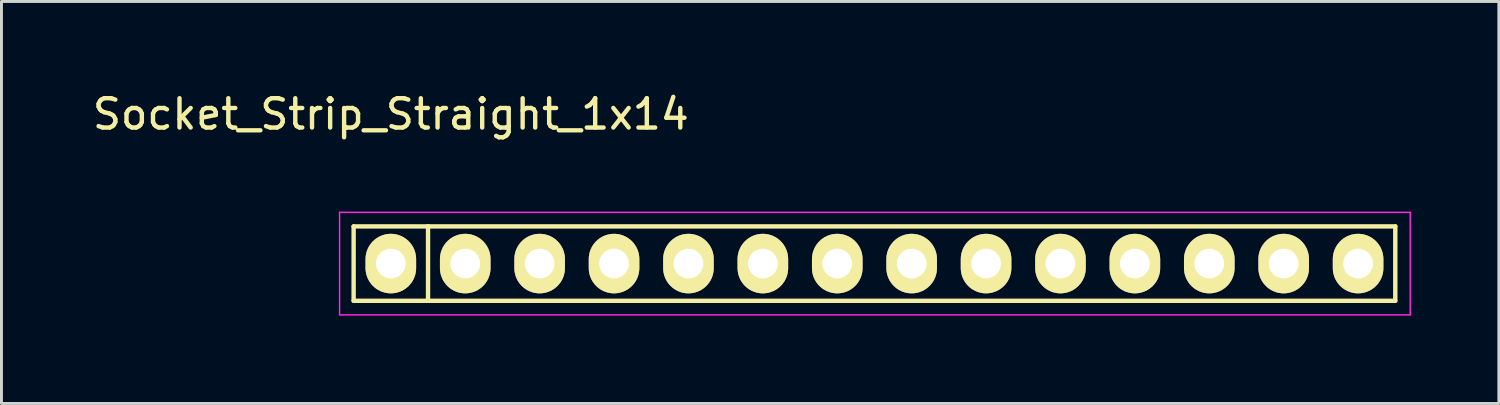
<source format=kicad_pcb>
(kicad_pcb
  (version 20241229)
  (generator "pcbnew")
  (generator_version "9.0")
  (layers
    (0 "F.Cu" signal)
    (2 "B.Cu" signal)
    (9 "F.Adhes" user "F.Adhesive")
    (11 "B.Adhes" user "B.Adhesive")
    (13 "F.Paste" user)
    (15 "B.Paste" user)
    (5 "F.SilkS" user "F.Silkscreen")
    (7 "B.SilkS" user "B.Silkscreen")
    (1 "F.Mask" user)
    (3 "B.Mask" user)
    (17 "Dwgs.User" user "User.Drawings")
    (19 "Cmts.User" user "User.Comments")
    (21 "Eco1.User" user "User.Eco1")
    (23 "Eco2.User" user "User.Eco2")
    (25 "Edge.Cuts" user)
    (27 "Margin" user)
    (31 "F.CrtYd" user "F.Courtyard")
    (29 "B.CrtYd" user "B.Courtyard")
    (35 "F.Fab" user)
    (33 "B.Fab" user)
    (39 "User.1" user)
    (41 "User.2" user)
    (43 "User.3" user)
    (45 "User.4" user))
  (footprint "Socket_Strip_Straight_1x14"
    (layer "F.Cu")
    (at 10.292 5.948)
    (property "Reference" "Socket_Strip_Straight_1x14" (at 0 -5.1 0) (layer "F.SilkS") (effects (font (size 1 1) (thickness 0.15))))
    (attr through_hole)
    (fp_line (start -1.27 -1.27) (end -1.27 1.27) (stroke (width 0.15) (type solid)) (layer "F.SilkS"))
    (fp_line (start -1.27 -1.27) (end 1.27 -1.27) (stroke (width 0.15) (type solid)) (layer "F.SilkS"))
    (fp_line (start -1.27 1.27) (end 1.27 1.27) (stroke (width 0.15) (type solid)) (layer "F.SilkS"))
    (fp_line (start 1.27 -1.27) (end 34.29 -1.27) (stroke (width 0.15) (type solid)) (layer "F.SilkS"))
    (fp_line (start 1.27 1.27) (end 1.27 -1.27) (stroke (width 0.15) (type solid)) (layer "F.SilkS"))
    (fp_line (start 34.29 -1.27) (end 34.29 1.27) (stroke (width 0.15) (type solid)) (layer "F.SilkS"))
    (fp_line (start 34.29 1.27) (end 1.27 1.27) (stroke (width 0.15) (type solid)) (layer "F.SilkS"))
    (fp_line (start -1.75 -1.75) (end -1.75 1.75) (stroke (width 0.05) (type solid)) (layer "F.CrtYd"))
    (fp_line (start -1.75 -1.75) (end 34.8 -1.75) (stroke (width 0.05) (type solid)) (layer "F.CrtYd"))
    (fp_line (start -1.75 1.75) (end 34.8 1.75) (stroke (width 0.05) (type solid)) (layer "F.CrtYd"))
    (fp_line (start 34.8 -1.75) (end 34.8 1.75) (stroke (width 0.05) (type solid)) (layer "F.CrtYd"))
    (pad "1" thru_hole oval (at 0 0) (size 1.727 2.032) (drill 1.016) (layers "*.Cu" "*.Mask" "F.SilkS"))
    (pad "2" thru_hole oval (at 2.54 0) (size 1.727 2.032) (drill 1.016) (layers "*.Cu" "*.Mask" "F.SilkS"))
    (pad "3" thru_hole oval (at 5.08 0) (size 1.727 2.032) (drill 1.016) (layers "*.Cu" "*.Mask" "F.SilkS"))
    (pad "4" thru_hole oval (at 7.62 0) (size 1.727 2.032) (drill 1.016) (layers "*.Cu" "*.Mask" "F.SilkS"))
    (pad "5" thru_hole oval (at 10.16 0) (size 1.727 2.032) (drill 1.016) (layers "*.Cu" "*.Mask" "F.SilkS"))
    (pad "6" thru_hole oval (at 12.7 0) (size 1.727 2.032) (drill 1.016) (layers "*.Cu" "*.Mask" "F.SilkS"))
    (pad "7" thru_hole oval (at 15.24 0) (size 1.727 2.032) (drill 1.016) (layers "*.Cu" "*.Mask" "F.SilkS"))
    (pad "8" thru_hole oval (at 17.78 0) (size 1.727 2.032) (drill 1.016) (layers "*.Cu" "*.Mask" "F.SilkS"))
    (pad "9" thru_hole oval (at 20.32 0) (size 1.727 2.032) (drill 1.016) (layers "*.Cu" "*.Mask" "F.SilkS"))
    (pad "10" thru_hole oval (at 22.86 0) (size 1.727 2.032) (drill 1.016) (layers "*.Cu" "*.Mask" "F.SilkS"))
    (pad "11" thru_hole oval (at 25.4 0) (size 1.727 2.032) (drill 1.016) (layers "*.Cu" "*.Mask" "F.SilkS"))
    (pad "12" thru_hole oval (at 27.94 0) (size 1.727 2.032) (drill 1.016) (layers "*.Cu" "*.Mask" "F.SilkS"))
    (pad "13" thru_hole oval (at 30.48 0) (size 1.727 2.032) (drill 1.016) (layers "*.Cu" "*.Mask" "F.SilkS"))
    (pad "14" thru_hole oval (at 33.02 0) (size 1.727 2.032) (drill 1.016) (layers "*.Cu" "*.Mask" "F.SilkS")))
  (gr_rect
    (start -3 -3)
    (end 48.117 10.723)
    (stroke (width 0.1) (type default))
    (fill no)
    (layer "Edge.Cuts")))
</source>
